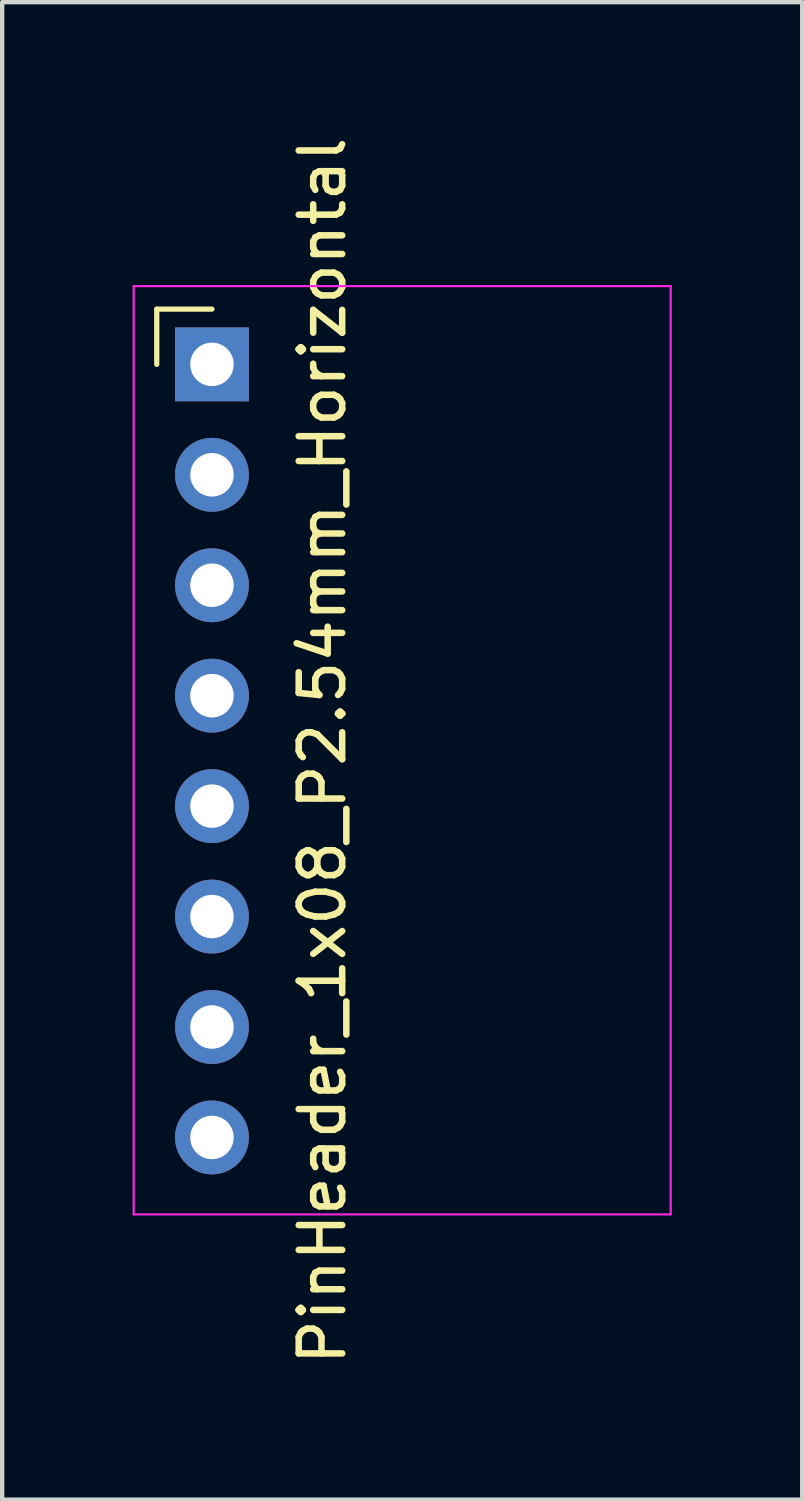
<source format=kicad_pcb>
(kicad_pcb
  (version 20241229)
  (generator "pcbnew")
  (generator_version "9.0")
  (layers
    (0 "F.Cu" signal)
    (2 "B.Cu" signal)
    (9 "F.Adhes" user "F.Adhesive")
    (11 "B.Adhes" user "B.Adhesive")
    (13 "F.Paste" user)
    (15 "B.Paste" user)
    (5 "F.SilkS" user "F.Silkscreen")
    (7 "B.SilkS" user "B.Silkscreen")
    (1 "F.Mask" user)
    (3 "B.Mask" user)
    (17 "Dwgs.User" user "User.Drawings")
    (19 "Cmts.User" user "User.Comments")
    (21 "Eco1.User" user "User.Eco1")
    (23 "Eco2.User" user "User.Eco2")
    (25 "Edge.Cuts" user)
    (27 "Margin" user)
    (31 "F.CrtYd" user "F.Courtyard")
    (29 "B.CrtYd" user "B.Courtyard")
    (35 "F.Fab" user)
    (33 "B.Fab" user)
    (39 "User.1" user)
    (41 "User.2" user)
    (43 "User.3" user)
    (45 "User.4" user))
  (footprint "PinHeader_1x08_P2.54mm_Horizontal"
    (layer "F.Cu")
    (at 1.825 5.33)
    (property "Reference" "PinHeader_1x08_P2.54mm_Horizontal" (at 2.54 8.89 90) (layer "F.SilkS") (effects (font (size 1 1) (thickness 0.15))))
    (attr through_hole)
    (fp_line (start -1.27 -1.27) (end 0 -1.27) (stroke (width 0.12) (type solid)) (layer "F.SilkS"))
    (fp_line (start -1.27 0) (end -1.27 -1.27) (stroke (width 0.12) (type solid)) (layer "F.SilkS"))
    (fp_line (start -1.8 -1.8) (end -1.8 19.55) (stroke (width 0.05) (type solid)) (layer "F.CrtYd"))
    (fp_line (start -1.8 19.55) (end 10.55 19.55) (stroke (width 0.05) (type solid)) (layer "F.CrtYd"))
    (fp_line (start 10.55 -1.8) (end -1.8 -1.8) (stroke (width 0.05) (type solid)) (layer "F.CrtYd"))
    (fp_line (start 10.55 19.55) (end 10.55 -1.8) (stroke (width 0.05) (type solid)) (layer "F.CrtYd"))
    (pad "1" thru_hole rect (at 0 0) (size 1.7 1.7) (drill 1) (layers "*.Cu" "*.Mask"))
    (pad "2" thru_hole oval (at 0 2.54) (size 1.7 1.7) (drill 1) (layers "*.Cu" "*.Mask"))
    (pad "3" thru_hole oval (at 0 5.08) (size 1.7 1.7) (drill 1) (layers "*.Cu" "*.Mask"))
    (pad "4" thru_hole oval (at 0 7.62) (size 1.7 1.7) (drill 1) (layers "*.Cu" "*.Mask"))
    (pad "5" thru_hole oval (at 0 10.16) (size 1.7 1.7) (drill 1) (layers "*.Cu" "*.Mask"))
    (pad "6" thru_hole oval (at 0 12.7) (size 1.7 1.7) (drill 1) (layers "*.Cu" "*.Mask"))
    (pad "7" thru_hole oval (at 0 15.24) (size 1.7 1.7) (drill 1) (layers "*.Cu" "*.Mask"))
    (pad "8" thru_hole oval (at 0 17.78) (size 1.7 1.7) (drill 1) (layers "*.Cu" "*.Mask")))
  (gr_rect
    (start -3 -3)
    (end 15.4 31.44)
    (stroke (width 0.1) (type default))
    (fill no)
    (layer "Edge.Cuts")))
</source>
